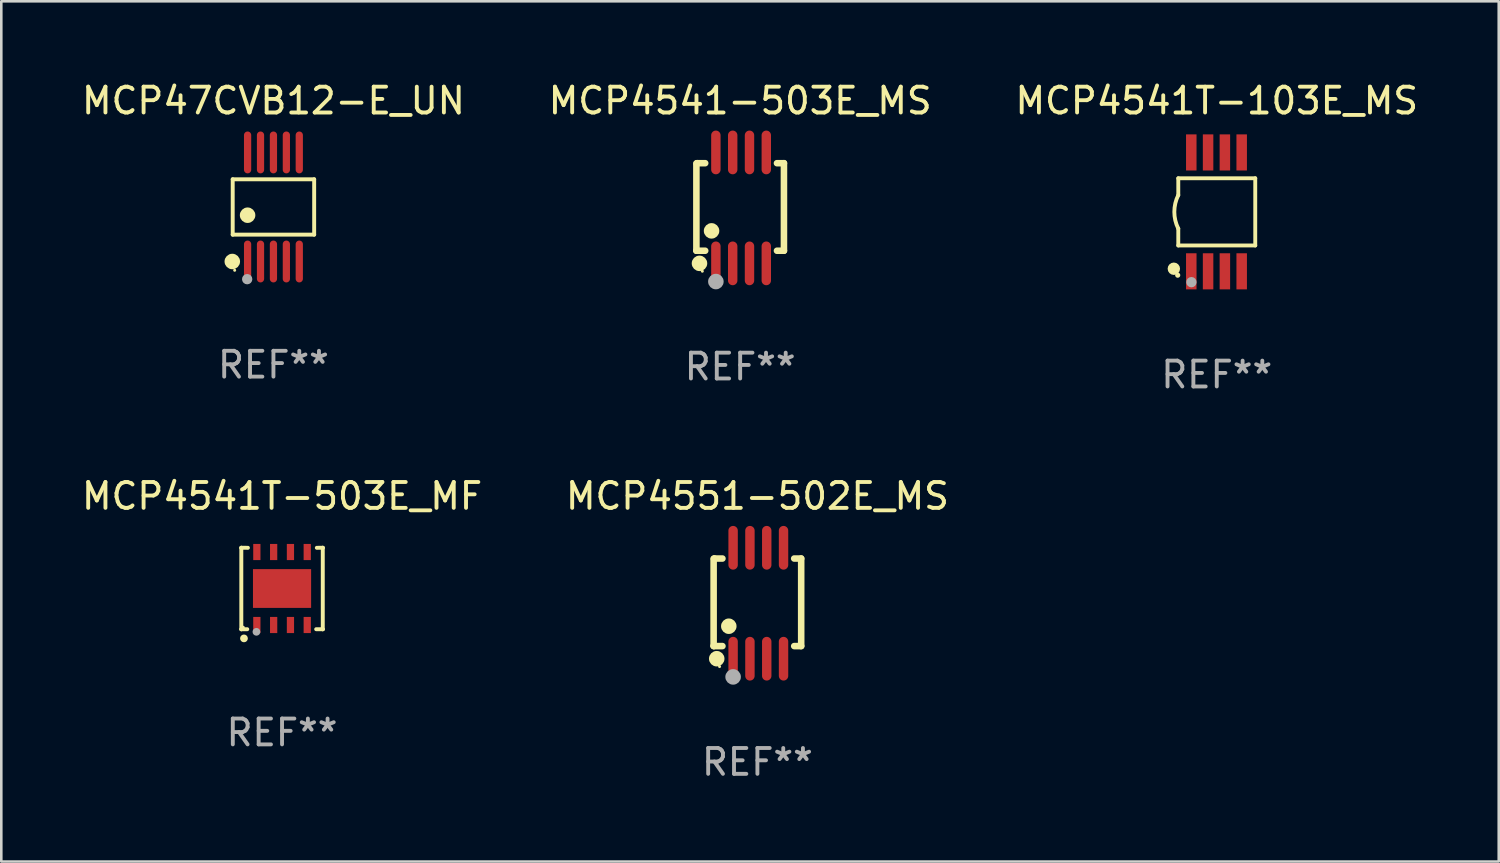
<source format=kicad_pcb>
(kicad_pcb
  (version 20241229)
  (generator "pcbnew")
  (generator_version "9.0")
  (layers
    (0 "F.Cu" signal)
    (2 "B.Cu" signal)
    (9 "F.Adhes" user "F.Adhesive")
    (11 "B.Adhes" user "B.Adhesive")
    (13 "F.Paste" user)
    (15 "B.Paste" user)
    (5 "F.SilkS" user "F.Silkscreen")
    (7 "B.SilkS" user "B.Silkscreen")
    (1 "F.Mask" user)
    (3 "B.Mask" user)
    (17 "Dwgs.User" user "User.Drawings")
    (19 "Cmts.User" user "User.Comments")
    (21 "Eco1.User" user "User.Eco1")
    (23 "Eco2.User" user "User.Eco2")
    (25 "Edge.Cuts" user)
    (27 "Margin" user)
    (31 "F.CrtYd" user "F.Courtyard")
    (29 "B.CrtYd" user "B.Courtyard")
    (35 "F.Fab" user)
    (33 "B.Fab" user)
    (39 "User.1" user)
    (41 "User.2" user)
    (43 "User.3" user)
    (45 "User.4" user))
  (footprint "MCP4541T-503E_MF"
    (layer "F.Cu")
    (at 7.863 19.721)
    (property "Reference" "MCP4541T-503E_MF" (at 0 -3.576 0) (layer "F.SilkS") (effects (font (size 1 1) (thickness 0.15))))
    (attr through_hole)
    (fp_line (start -1.576 -1.576) (end -1.576 -1.576) (stroke (width 0.152) (type solid)) (layer "F.SilkS"))
    (fp_line (start -1.576 -1.576) (end -1.576 1.576) (stroke (width 0.152) (type solid)) (layer "F.SilkS"))
    (fp_line (start -1.576 1.576) (end -1.576 1.576) (stroke (width 0.152) (type solid)) (layer "F.SilkS"))
    (fp_line (start -1.576 1.576) (end -1.346 1.575) (stroke (width 0.152) (type solid)) (layer "F.SilkS"))
    (fp_line (start -1.321 -1.575) (end -1.576 -1.576) (stroke (width 0.152) (type solid)) (layer "F.SilkS"))
    (fp_line (start 1.321 1.575) (end 1.576 1.576) (stroke (width 0.152) (type solid)) (layer "F.SilkS"))
    (fp_line (start 1.576 -1.576) (end 1.346 -1.575) (stroke (width 0.152) (type solid)) (layer "F.SilkS"))
    (fp_line (start 1.576 -1.576) (end 1.576 -1.576) (stroke (width 0.152) (type solid)) (layer "F.SilkS"))
    (fp_line (start 1.576 1.576) (end 1.576 -1.576) (stroke (width 0.152) (type solid)) (layer "F.SilkS"))
    (fp_line (start 1.576 1.576) (end 1.576 1.576) (stroke (width 0.152) (type solid)) (layer "F.SilkS"))
    (fp_circle (center -1.5 1.5) (end -1.47 1.5) (stroke (width 0.06) (type solid)) (fill no) (layer "F.SilkS"))
    (fp_circle (center -1.473 1.93) (end -1.398 1.93) (stroke (width 0.15) (type solid)) (fill no) (layer "F.SilkS"))
    (fp_circle (center -0.991 1.676) (end -0.916 1.676) (stroke (width 0.15) (type solid)) (fill no) (layer "F.Fab"))
    (fp_text user "REF**" (at 0 5.576 0) (layer "F.Fab") (effects (font (size 1 1) (thickness 0.15))))
    (pad "1" smd rect (at -0.975 1.412) (size 0.28 0.625) (layers "F.Cu" "F.Mask" "F.Paste"))
    (pad "2" smd rect (at -0.325 1.412) (size 0.28 0.625) (layers "F.Cu" "F.Mask" "F.Paste"))
    (pad "3" smd rect (at 0.325 1.412) (size 0.28 0.625) (layers "F.Cu" "F.Mask" "F.Paste"))
    (pad "4" smd rect (at 0.975 1.412) (size 0.28 0.625) (layers "F.Cu" "F.Mask" "F.Paste"))
    (pad "5" smd rect (at 0.975 -1.412) (size 0.28 0.625) (layers "F.Cu" "F.Mask" "F.Paste"))
    (pad "6" smd rect (at 0.325 -1.412) (size 0.28 0.625) (layers "F.Cu" "F.Mask" "F.Paste"))
    (pad "7" smd rect (at -0.325 -1.412) (size 0.28 0.625) (layers "F.Cu" "F.Mask" "F.Paste"))
    (pad "8" smd rect (at -0.975 -1.412) (size 0.28 0.625) (layers "F.Cu" "F.Mask" "F.Paste"))
    (pad "9" smd rect (at 0 0) (size 2.25 1.5) (layers "F.Cu" "F.Mask" "F.Paste")))
  (footprint "MCP4541T-103E_MS"
    (layer "F.Cu")
    (at 44.03 5.148)
    (property "Reference" "MCP4541T-103E_MS" (at 0 -4.3 0) (layer "F.SilkS") (effects (font (size 1 1) (thickness 0.15))))
    (attr through_hole)
    (fp_line (start -1.489 -1.3) (end -1.489 -0.648) (stroke (width 0.15) (type solid)) (layer "F.SilkS"))
    (fp_line (start -1.489 0.648) (end -1.489 1.3) (stroke (width 0.15) (type solid)) (layer "F.SilkS"))
    (fp_line (start -1.489 1.3) (end 1.489 1.3) (stroke (width 0.15) (type solid)) (layer "F.SilkS"))
    (fp_line (start 1.489 -1.3) (end -1.489 -1.3) (stroke (width 0.15) (type solid)) (layer "F.SilkS"))
    (fp_line (start 1.489 1.3) (end 1.489 -1.3) (stroke (width 0.15) (type solid)) (layer "F.SilkS"))
    (fp_arc (start -1.489205 0.647702) (mid -1.642107 0) (end -1.489205 -0.647701) (stroke (width 0.150013) (type solid)) (layer "F.SilkS"))
    (fp_circle (center -1.661 2.2) (end -1.541 2.2) (stroke (width 0.24) (type solid)) (fill no) (layer "F.SilkS"))
    (fp_circle (center -1.511 2.45) (end -1.461 2.45) (stroke (width 0.1) (type solid)) (fill no) (layer "F.SilkS"))
    (fp_circle (center -0.981 2.72) (end -0.881 2.72) (stroke (width 0.2) (type solid)) (fill no) (layer "F.Fab"))
    (fp_text user "REF**" (at 0 6.3 0) (layer "F.Fab") (effects (font (size 1 1) (thickness 0.15))))
    (pad "1" smd rect (at -0.986 2.3) (size 0.406 1.397) (layers "F.Cu" "F.Mask" "F.Paste"))
    (pad "2" smd rect (at -0.336 2.3) (size 0.406 1.397) (layers "F.Cu" "F.Mask" "F.Paste"))
    (pad "3" smd rect (at 0.314 2.3) (size 0.406 1.397) (layers "F.Cu" "F.Mask" "F.Paste"))
    (pad "4" smd rect (at 0.964 2.3) (size 0.406 1.397) (layers "F.Cu" "F.Mask" "F.Paste"))
    (pad "5" smd rect (at 0.964 -2.3) (size 0.406 1.397) (layers "F.Cu" "F.Mask" "F.Paste"))
    (pad "6" smd rect (at 0.314 -2.3) (size 0.406 1.397) (layers "F.Cu" "F.Mask" "F.Paste"))
    (pad "7" smd rect (at -0.336 -2.3) (size 0.406 1.397) (layers "F.Cu" "F.Mask" "F.Paste"))
    (pad "8" smd rect (at -0.986 -2.3) (size 0.406 1.397) (layers "F.Cu" "F.Mask" "F.Paste")))
  (footprint "MCP4551-502E_MS"
    (layer "F.Cu")
    (at 26.256 20.291)
    (property "Reference" "MCP4551-502E_MS" (at 0 -4.146 0) (layer "F.SilkS") (effects (font (size 1 1) (thickness 0.15))))
    (attr through_hole)
    (fp_line (start -1.694 -1.724) (end -1.694 1.652) (stroke (width 0.254) (type solid)) (layer "F.SilkS"))
    (fp_line (start -1.694 1.652) (end -1.688 1.658) (stroke (width 0.254) (type solid)) (layer "F.SilkS"))
    (fp_line (start -1.688 1.658) (end -1.353 1.658) (stroke (width 0.254) (type solid)) (layer "F.SilkS"))
    (fp_line (start -1.661 -1.73) (end -1.681 -1.71) (stroke (width 0.254) (type solid)) (layer "F.SilkS"))
    (fp_line (start -1.353 -1.73) (end -1.661 -1.73) (stroke (width 0.254) (type solid)) (layer "F.SilkS"))
    (fp_line (start 1.424 1.658) (end 1.694 1.658) (stroke (width 0.254) (type solid)) (layer "F.SilkS"))
    (fp_line (start 1.694 -1.73) (end 1.424 -1.73) (stroke (width 0.254) (type solid)) (layer "F.SilkS"))
    (fp_line (start 1.694 1.658) (end 1.694 -1.73) (stroke (width 0.254) (type solid)) (layer "F.SilkS"))
    (fp_circle (center -1.574 2.146) (end -1.424 2.146) (stroke (width 0.3) (type solid)) (fill no) (layer "F.SilkS"))
    (fp_circle (center -1.464 2.45) (end -1.434 2.45) (stroke (width 0.06) (type solid)) (fill no) (layer "F.SilkS"))
    (fp_circle (center -1.107 0.889) (end -0.957 0.889) (stroke (width 0.3) (type solid)) (fill no) (layer "F.SilkS"))
    (fp_circle (center -0.94 2.85) (end -0.789 2.85) (stroke (width 0.3) (type solid)) (fill no) (layer "F.Fab"))
    (fp_text user "REF**" (at 0 6.146 0) (layer "F.Fab") (effects (font (size 1 1) (thickness 0.15))))
    (pad "1" smd oval (at -0.94 2.146) (size 0.364 1.692) (layers "F.Cu" "F.Mask" "F.Paste"))
    (pad "2" smd oval (at -0.289 2.146) (size 0.364 1.692) (layers "F.Cu" "F.Mask" "F.Paste"))
    (pad "3" smd oval (at 0.361 2.146) (size 0.364 1.692) (layers "F.Cu" "F.Mask" "F.Paste"))
    (pad "4" smd oval (at 1.011 2.146) (size 0.364 1.692) (layers "F.Cu" "F.Mask" "F.Paste"))
    (pad "5" smd oval (at 1.011 -2.146) (size 0.364 1.692) (layers "F.Cu" "F.Mask" "F.Paste"))
    (pad "6" smd oval (at 0.361 -2.146) (size 0.364 1.692) (layers "F.Cu" "F.Mask" "F.Paste"))
    (pad "7" smd oval (at -0.289 -2.146) (size 0.364 1.692) (layers "F.Cu" "F.Mask" "F.Paste"))
    (pad "8" smd oval (at -0.94 -2.146) (size 0.364 1.692) (layers "F.Cu" "F.Mask" "F.Paste")))
  (footprint "MCP4541-503E_MS"
    (layer "F.Cu")
    (at 25.589 4.994)
    (property "Reference" "MCP4541-503E_MS" (at 0 -4.146 0) (layer "F.SilkS") (effects (font (size 1 1) (thickness 0.15))))
    (attr through_hole)
    (fp_line (start -1.694 -1.724) (end -1.694 1.652) (stroke (width 0.254) (type solid)) (layer "F.SilkS"))
    (fp_line (start -1.694 1.652) (end -1.688 1.658) (stroke (width 0.254) (type solid)) (layer "F.SilkS"))
    (fp_line (start -1.688 1.658) (end -1.353 1.658) (stroke (width 0.254) (type solid)) (layer "F.SilkS"))
    (fp_line (start -1.661 -1.73) (end -1.681 -1.71) (stroke (width 0.254) (type solid)) (layer "F.SilkS"))
    (fp_line (start -1.353 -1.73) (end -1.661 -1.73) (stroke (width 0.254) (type solid)) (layer "F.SilkS"))
    (fp_line (start 1.424 1.658) (end 1.694 1.658) (stroke (width 0.254) (type solid)) (layer "F.SilkS"))
    (fp_line (start 1.694 -1.73) (end 1.424 -1.73) (stroke (width 0.254) (type solid)) (layer "F.SilkS"))
    (fp_line (start 1.694 1.658) (end 1.694 -1.73) (stroke (width 0.254) (type solid)) (layer "F.SilkS"))
    (fp_circle (center -1.574 2.146) (end -1.424 2.146) (stroke (width 0.3) (type solid)) (fill no) (layer "F.SilkS"))
    (fp_circle (center -1.464 2.45) (end -1.434 2.45) (stroke (width 0.06) (type solid)) (fill no) (layer "F.SilkS"))
    (fp_circle (center -1.107 0.889) (end -0.957 0.889) (stroke (width 0.3) (type solid)) (fill no) (layer "F.SilkS"))
    (fp_circle (center -0.94 2.85) (end -0.789 2.85) (stroke (width 0.3) (type solid)) (fill no) (layer "F.Fab"))
    (fp_text user "REF**" (at 0 6.146 0) (layer "F.Fab") (effects (font (size 1 1) (thickness 0.15))))
    (pad "1" smd oval (at -0.94 2.146) (size 0.364 1.692) (layers "F.Cu" "F.Mask" "F.Paste"))
    (pad "2" smd oval (at -0.289 2.146) (size 0.364 1.692) (layers "F.Cu" "F.Mask" "F.Paste"))
    (pad "3" smd oval (at 0.361 2.146) (size 0.364 1.692) (layers "F.Cu" "F.Mask" "F.Paste"))
    (pad "4" smd oval (at 1.011 2.146) (size 0.364 1.692) (layers "F.Cu" "F.Mask" "F.Paste"))
    (pad "5" smd oval (at 1.011 -2.146) (size 0.364 1.692) (layers "F.Cu" "F.Mask" "F.Paste"))
    (pad "6" smd oval (at 0.361 -2.146) (size 0.364 1.692) (layers "F.Cu" "F.Mask" "F.Paste"))
    (pad "7" smd oval (at -0.289 -2.146) (size 0.364 1.692) (layers "F.Cu" "F.Mask" "F.Paste"))
    (pad "8" smd oval (at -0.94 -2.146) (size 0.364 1.692) (layers "F.Cu" "F.Mask" "F.Paste")))
  (footprint "MCP47CVB12-E_UN"
    (layer "F.Cu")
    (at 7.53 4.958)
    (property "Reference" "MCP47CVB12-E_UN" (at 0 -4.11 0) (layer "F.SilkS") (effects (font (size 1 1) (thickness 0.15))))
    (attr through_hole)
    (fp_line (start -1.576 -1.071) (end 1.576 -1.071) (stroke (width 0.152) (type solid)) (layer "F.SilkS"))
    (fp_line (start -1.576 1.071) (end -1.576 -1.071) (stroke (width 0.152) (type solid)) (layer "F.SilkS"))
    (fp_line (start 1.576 -1.071) (end 1.576 1.071) (stroke (width 0.152) (type solid)) (layer "F.SilkS"))
    (fp_line (start 1.576 1.071) (end -1.576 1.071) (stroke (width 0.152) (type solid)) (layer "F.SilkS"))
    (fp_circle (center -1.592 2.11) (end -1.442 2.11) (stroke (width 0.3) (type solid)) (fill no) (layer "F.SilkS"))
    (fp_circle (center -1.5 2.45) (end -1.47 2.45) (stroke (width 0.06) (type solid)) (fill no) (layer "F.SilkS"))
    (fp_circle (center -1 0.319) (end -0.85 0.319) (stroke (width 0.3) (type solid)) (fill no) (layer "F.SilkS"))
    (fp_circle (center -1.016 2.794) (end -0.916 2.794) (stroke (width 0.2) (type solid)) (fill no) (layer "F.Fab"))
    (fp_text user "REF**" (at 0 6.11 0) (layer "F.Fab") (effects (font (size 1 1) (thickness 0.15))))
    (pad "1" smd oval (at -1 2.11) (size 0.28 1.62) (layers "F.Cu" "F.Mask" "F.Paste"))
    (pad "2" smd oval (at -0.5 2.11) (size 0.28 1.62) (layers "F.Cu" "F.Mask" "F.Paste"))
    (pad "3" smd oval (at 0 2.11) (size 0.28 1.62) (layers "F.Cu" "F.Mask" "F.Paste"))
    (pad "4" smd oval (at 0.5 2.11) (size 0.28 1.62) (layers "F.Cu" "F.Mask" "F.Paste"))
    (pad "5" smd oval (at 1 2.11) (size 0.28 1.62) (layers "F.Cu" "F.Mask" "F.Paste"))
    (pad "6" smd oval (at 1 -2.11) (size 0.28 1.62) (layers "F.Cu" "F.Mask" "F.Paste"))
    (pad "7" smd oval (at 0.5 -2.11) (size 0.28 1.62) (layers "F.Cu" "F.Mask" "F.Paste"))
    (pad "8" smd oval (at 0 -2.11) (size 0.28 1.62) (layers "F.Cu" "F.Mask" "F.Paste"))
    (pad "9" smd oval (at -0.5 -2.11) (size 0.28 1.62) (layers "F.Cu" "F.Mask" "F.Paste"))
    (pad "10" smd oval (at -1 -2.11) (size 0.28 1.62) (layers "F.Cu" "F.Mask" "F.Paste")))
  (gr_rect
    (start -3 -3)
    (end 54.94 30.285)
    (stroke (width 0.1) (type default))
    (fill no)
    (layer "Edge.Cuts")))
</source>
